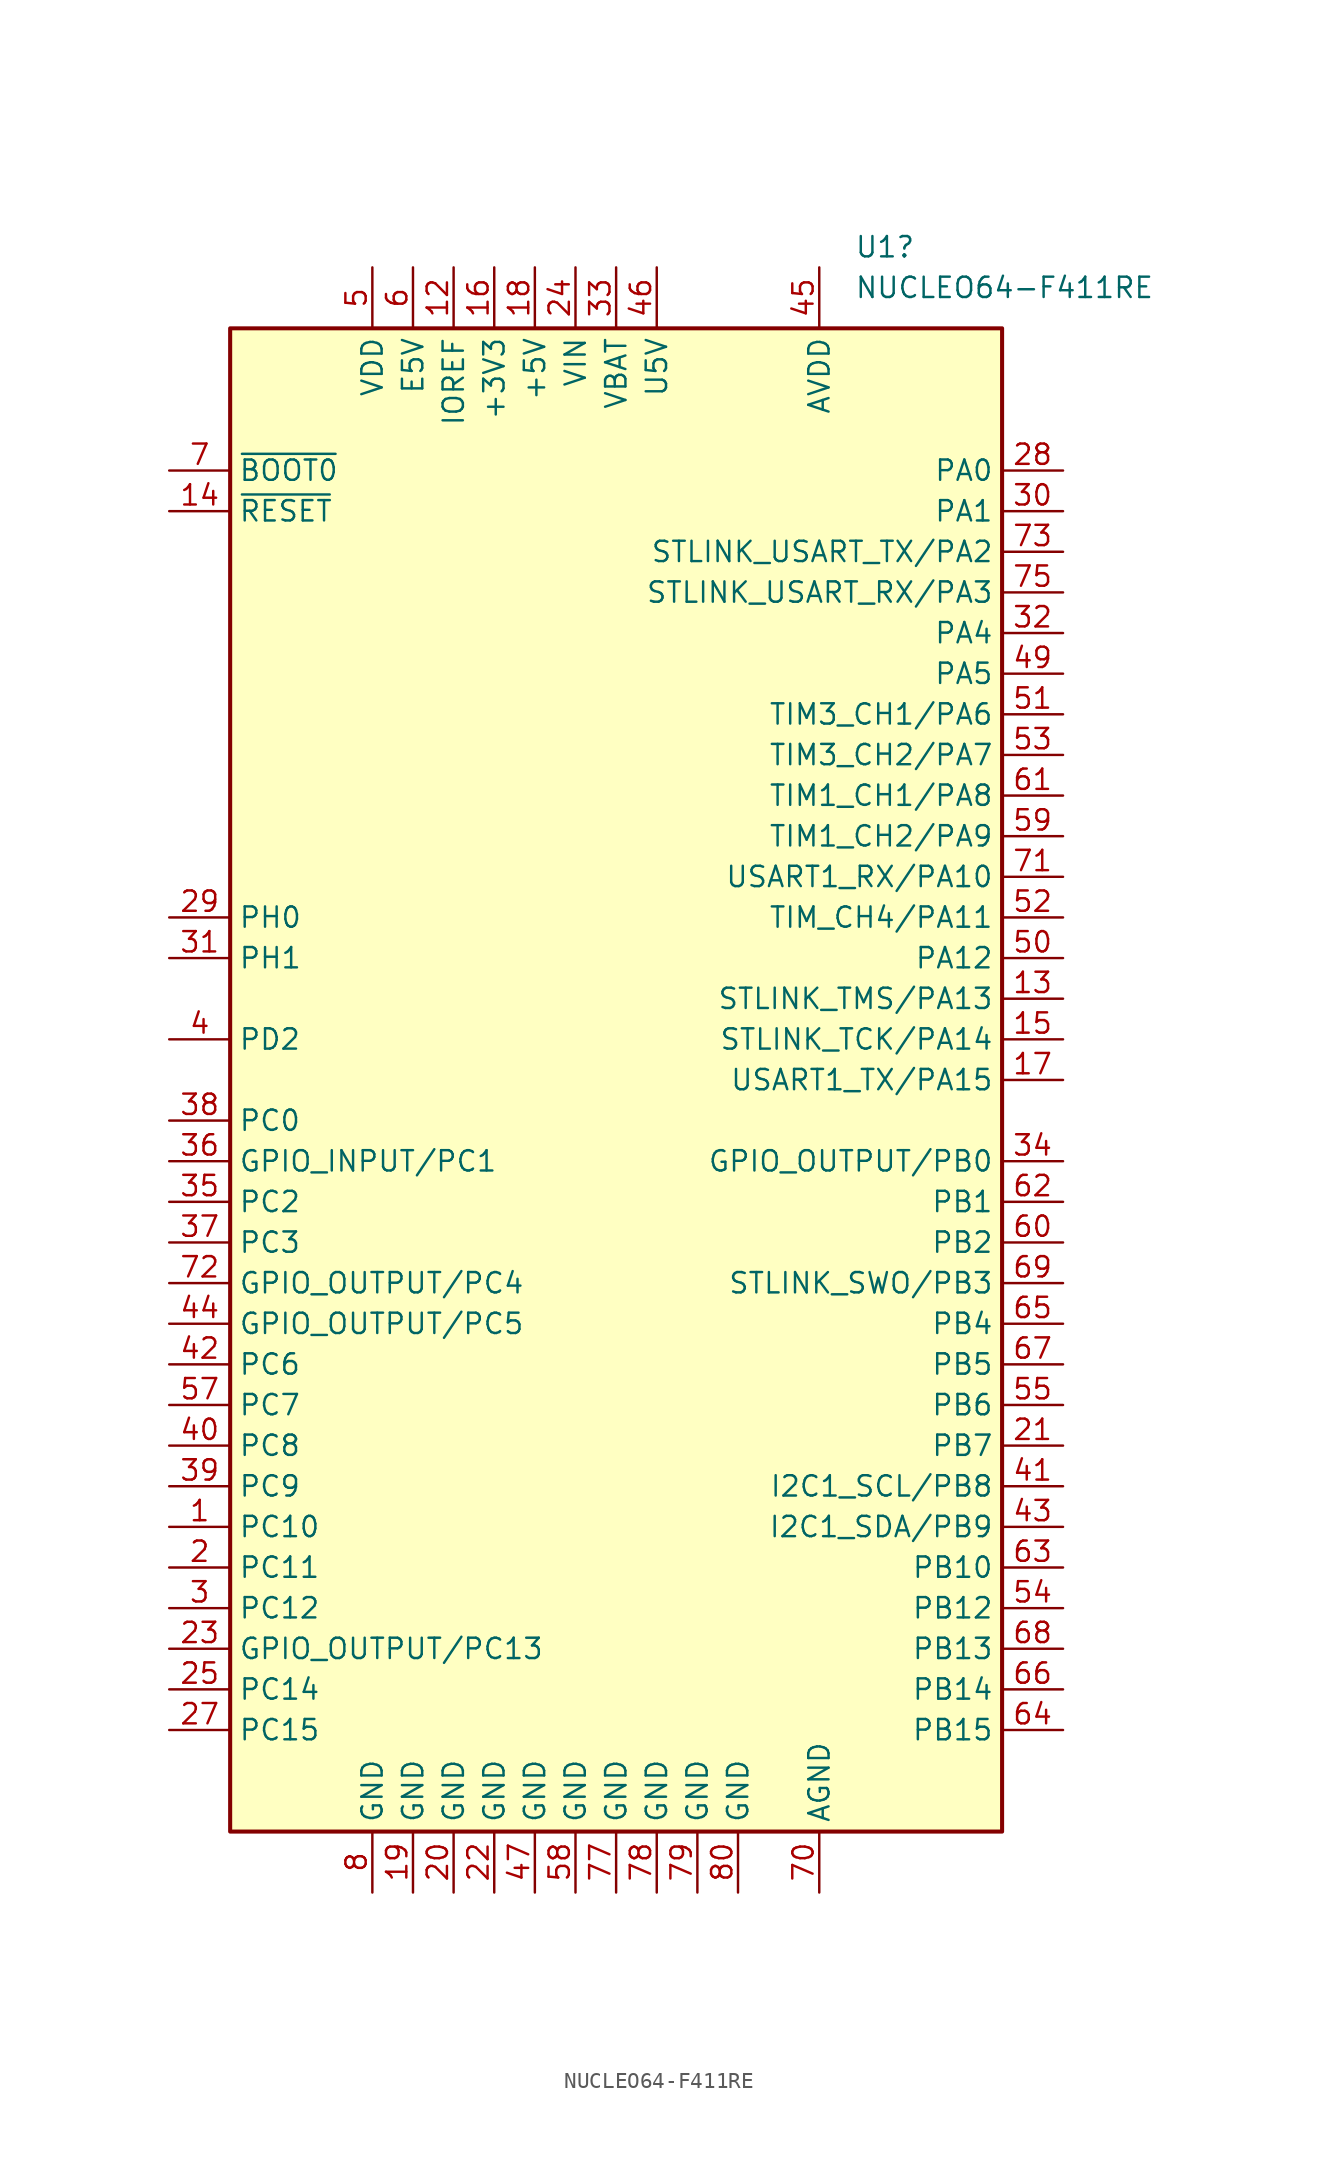
<source format=kicad_sym>
(kicad_symbol_lib
  (version 20231120)
  (generator "kicad_symbol_editor")
  (generator_version "8.0")
  (symbol "NUCLEO64-F411RE"
    (property "Reference" "U1"
      (at 14.894 52.07 0)
      (effects (font (size 1.27 1.27)) (justify left)))
    (property "Value" "NUCLEO64-F411RE"
      (at 14.894 49.53 0)
      (effects (font (size 1.27 1.27)) (justify left)))
    (symbol "NUCLEO64-F411RE_0_1"
      (rectangle (start -24.13 46.99) (end 24.13 -46.99) (stroke (width 0.254) (type default)) (fill (type background))))
    (symbol "NUCLEO64-F411RE_1_1"
      (pin bidirectional line (at -27.94 -27.94 0) (length 3.81) (name "PC10" (effects (font (size 1.27 1.27)))) (number "1" (effects (font (size 1.27 1.27)))))
      (pin no_connect line (at -24.13 20.32 0) (length 3.81) hide (name "NC" (effects (font (size 1.27 1.27)))) (number "10" (effects (font (size 1.27 1.27)))))
      (pin no_connect line (at -24.13 15.24 0) (length 3.81) hide (name "NC" (effects (font (size 1.27 1.27)))) (number "11" (effects (font (size 1.27 1.27)))))
      (pin power_in line (at -10.16 50.8 270) (length 3.81) (name "IOREF" (effects (font (size 1.27 1.27)))) (number "12" (effects (font (size 1.27 1.27)))))
      (pin bidirectional line (at 27.94 5.08 180) (length 3.81) (name "STLINK_TMS/PA13" (effects (font (size 1.27 1.27)))) (number "13" (effects (font (size 1.27 1.27)))))
      (pin input line (at -27.94 35.56 0) (length 3.81) (name "~{RESET}" (effects (font (size 1.27 1.27)))) (number "14" (effects (font (size 1.27 1.27)))))
      (pin bidirectional line (at 27.94 2.54 180) (length 3.81) (name "STLINK_TCK/PA14" (effects (font (size 1.27 1.27)))) (number "15" (effects (font (size 1.27 1.27)))))
      (pin power_in line (at -7.62 50.8 270) (length 3.81) (name "+3V3" (effects (font (size 1.27 1.27)))) (number "16" (effects (font (size 1.27 1.27)))))
      (pin bidirectional line (at 27.94 0 180) (length 3.81) (name "USART1_TX/PA15" (effects (font (size 1.27 1.27)))) (number "17" (effects (font (size 1.27 1.27)))))
      (pin power_in line (at -5.08 50.8 270) (length 3.81) (name "+5V" (effects (font (size 1.27 1.27)))) (number "18" (effects (font (size 1.27 1.27)))))
      (pin power_in line (at -12.7 -50.8 90) (length 3.81) (name "GND" (effects (font (size 1.27 1.27)))) (number "19" (effects (font (size 1.27 1.27)))))
      (pin bidirectional line (at -27.94 -30.48 0) (length 3.81) (name "PC11" (effects (font (size 1.27 1.27)))) (number "2" (effects (font (size 1.27 1.27)))))
      (pin power_in line (at -10.16 -50.8 90) (length 3.81) (name "GND" (effects (font (size 1.27 1.27)))) (number "20" (effects (font (size 1.27 1.27)))))
      (pin bidirectional line (at 27.94 -22.86 180) (length 3.81) (name "PB7" (effects (font (size 1.27 1.27)))) (number "21" (effects (font (size 1.27 1.27)))))
      (pin power_in line (at -7.62 -50.8 90) (length 3.81) (name "GND" (effects (font (size 1.27 1.27)))) (number "22" (effects (font (size 1.27 1.27)))))
      (pin bidirectional line (at -27.94 -35.56 0) (length 3.81) (name "GPIO_OUTPUT/PC13" (effects (font (size 1.27 1.27)))) (number "23" (effects (font (size 1.27 1.27)))))
      (pin power_in line (at -2.54 50.8 270) (length 3.81) (name "VIN" (effects (font (size 1.27 1.27)))) (number "24" (effects (font (size 1.27 1.27)))))
      (pin bidirectional line (at -27.94 -38.1 0) (length 3.81) (name "PC14" (effects (font (size 1.27 1.27)))) (number "25" (effects (font (size 1.27 1.27)))))
      (pin no_connect line (at -24.13 22.86 0) (length 3.81) hide (name "NC" (effects (font (size 1.27 1.27)))) (number "26" (effects (font (size 1.27 1.27)))))
      (pin bidirectional line (at -27.94 -40.64 0) (length 3.81) (name "PC15" (effects (font (size 1.27 1.27)))) (number "27" (effects (font (size 1.27 1.27)))))
      (pin bidirectional line (at 27.94 38.1 180) (length 3.81) (name "PA0" (effects (font (size 1.27 1.27)))) (number "28" (effects (font (size 1.27 1.27)))))
      (pin bidirectional line (at -27.94 10.16 0) (length 3.81) (name "PH0" (effects (font (size 1.27 1.27)))) (number "29" (effects (font (size 1.27 1.27)))))
      (pin bidirectional line (at -27.94 -33.02 0) (length 3.81) (name "PC12" (effects (font (size 1.27 1.27)))) (number "3" (effects (font (size 1.27 1.27)))))
      (pin bidirectional line (at 27.94 35.56 180) (length 3.81) (name "PA1" (effects (font (size 1.27 1.27)))) (number "30" (effects (font (size 1.27 1.27)))))
      (pin bidirectional line (at -27.94 7.62 0) (length 3.81) (name "PH1" (effects (font (size 1.27 1.27)))) (number "31" (effects (font (size 1.27 1.27)))))
      (pin bidirectional line (at 27.94 27.94 180) (length 3.81) (name "PA4" (effects (font (size 1.27 1.27)))) (number "32" (effects (font (size 1.27 1.27)))))
      (pin power_in line (at 0 50.8 270) (length 3.81) (name "VBAT" (effects (font (size 1.27 1.27)))) (number "33" (effects (font (size 1.27 1.27)))))
      (pin bidirectional line (at 27.94 -5.08 180) (length 3.81) (name "GPIO_OUTPUT/PB0" (effects (font (size 1.27 1.27)))) (number "34" (effects (font (size 1.27 1.27)))))
      (pin bidirectional line (at -27.94 -7.62 0) (length 3.81) (name "PC2" (effects (font (size 1.27 1.27)))) (number "35" (effects (font (size 1.27 1.27)))))
      (pin bidirectional line (at -27.94 -5.08 0) (length 3.81) (name "GPIO_INPUT/PC1" (effects (font (size 1.27 1.27)))) (number "36" (effects (font (size 1.27 1.27)))))
      (pin bidirectional line (at -27.94 -10.16 0) (length 3.81) (name "PC3" (effects (font (size 1.27 1.27)))) (number "37" (effects (font (size 1.27 1.27)))))
      (pin bidirectional line (at -27.94 -2.54 0) (length 3.81) (name "PC0" (effects (font (size 1.27 1.27)))) (number "38" (effects (font (size 1.27 1.27)))))
      (pin bidirectional line (at -27.94 -25.4 0) (length 3.81) (name "PC9" (effects (font (size 1.27 1.27)))) (number "39" (effects (font (size 1.27 1.27)))))
      (pin bidirectional line (at -27.94 2.54 0) (length 3.81) (name "PD2" (effects (font (size 1.27 1.27)))) (number "4" (effects (font (size 1.27 1.27)))))
      (pin bidirectional line (at -27.94 -22.86 0) (length 3.81) (name "PC8" (effects (font (size 1.27 1.27)))) (number "40" (effects (font (size 1.27 1.27)))))
      (pin bidirectional line (at 27.94 -25.4 180) (length 3.81) (name "I2C1_SCL/PB8" (effects (font (size 1.27 1.27)))) (number "41" (effects (font (size 1.27 1.27)))))
      (pin bidirectional line (at -27.94 -17.78 0) (length 3.81) (name "PC6" (effects (font (size 1.27 1.27)))) (number "42" (effects (font (size 1.27 1.27)))))
      (pin bidirectional line (at 27.94 -27.94 180) (length 3.81) (name "I2C1_SDA/PB9" (effects (font (size 1.27 1.27)))) (number "43" (effects (font (size 1.27 1.27)))))
      (pin bidirectional line (at -27.94 -15.24 0) (length 3.81) (name "GPIO_OUTPUT/PC5" (effects (font (size 1.27 1.27)))) (number "44" (effects (font (size 1.27 1.27)))))
      (pin power_in line (at 12.7 50.8 270) (length 3.81) (name "AVDD" (effects (font (size 1.27 1.27)))) (number "45" (effects (font (size 1.27 1.27)))))
      (pin power_in line (at 2.54 50.8 270) (length 3.81) (name "U5V" (effects (font (size 1.27 1.27)))) (number "46" (effects (font (size 1.27 1.27)))))
      (pin power_in line (at -5.08 -50.8 90) (length 3.81) (name "GND" (effects (font (size 1.27 1.27)))) (number "47" (effects (font (size 1.27 1.27)))))
      (pin no_connect line (at -24.13 25.4 0) (length 3.81) hide (name "NC" (effects (font (size 1.27 1.27)))) (number "48" (effects (font (size 1.27 1.27)))))
      (pin bidirectional line (at 27.94 25.4 180) (length 3.81) (name "PA5" (effects (font (size 1.27 1.27)))) (number "49" (effects (font (size 1.27 1.27)))))
      (pin power_in line (at -15.24 50.8 270) (length 3.81) (name "VDD" (effects (font (size 1.27 1.27)))) (number "5" (effects (font (size 1.27 1.27)))))
      (pin bidirectional line (at 27.94 7.62 180) (length 3.81) (name "PA12" (effects (font (size 1.27 1.27)))) (number "50" (effects (font (size 1.27 1.27)))))
      (pin bidirectional line (at 27.94 22.86 180) (length 3.81) (name "TIM3_CH1/PA6" (effects (font (size 1.27 1.27)))) (number "51" (effects (font (size 1.27 1.27)))))
      (pin bidirectional line (at 27.94 10.16 180) (length 3.81) (name "TIM_CH4/PA11" (effects (font (size 1.27 1.27)))) (number "52" (effects (font (size 1.27 1.27)))))
      (pin bidirectional line (at 27.94 20.32 180) (length 3.81) (name "TIM3_CH2/PA7" (effects (font (size 1.27 1.27)))) (number "53" (effects (font (size 1.27 1.27)))))
      (pin bidirectional line (at 27.94 -33.02 180) (length 3.81) (name "PB12" (effects (font (size 1.27 1.27)))) (number "54" (effects (font (size 1.27 1.27)))))
      (pin bidirectional line (at 27.94 -20.32 180) (length 3.81) (name "PB6" (effects (font (size 1.27 1.27)))) (number "55" (effects (font (size 1.27 1.27)))))
      (pin no_connect line (at -24.13 33.02 0) (length 3.81) hide (name "NC" (effects (font (size 1.27 1.27)))) (number "56" (effects (font (size 1.27 1.27)))))
      (pin bidirectional line (at -27.94 -20.32 0) (length 3.81) (name "PC7" (effects (font (size 1.27 1.27)))) (number "57" (effects (font (size 1.27 1.27)))))
      (pin power_in line (at -2.54 -50.8 90) (length 3.81) (name "GND" (effects (font (size 1.27 1.27)))) (number "58" (effects (font (size 1.27 1.27)))))
      (pin bidirectional line (at 27.94 15.24 180) (length 3.81) (name "TIM1_CH2/PA9" (effects (font (size 1.27 1.27)))) (number "59" (effects (font (size 1.27 1.27)))))
      (pin power_in line (at -12.7 50.8 270) (length 3.81) (name "E5V" (effects (font (size 1.27 1.27)))) (number "6" (effects (font (size 1.27 1.27)))))
      (pin bidirectional line (at 27.94 -10.16 180) (length 3.81) (name "PB2" (effects (font (size 1.27 1.27)))) (number "60" (effects (font (size 1.27 1.27)))))
      (pin bidirectional line (at 27.94 17.78 180) (length 3.81) (name "TIM1_CH1/PA8" (effects (font (size 1.27 1.27)))) (number "61" (effects (font (size 1.27 1.27)))))
      (pin bidirectional line (at 27.94 -7.62 180) (length 3.81) (name "PB1" (effects (font (size 1.27 1.27)))) (number "62" (effects (font (size 1.27 1.27)))))
      (pin bidirectional line (at 27.94 -30.48 180) (length 3.81) (name "PB10" (effects (font (size 1.27 1.27)))) (number "63" (effects (font (size 1.27 1.27)))))
      (pin bidirectional line (at 27.94 -40.64 180) (length 3.81) (name "PB15" (effects (font (size 1.27 1.27)))) (number "64" (effects (font (size 1.27 1.27)))))
      (pin bidirectional line (at 27.94 -15.24 180) (length 3.81) (name "PB4" (effects (font (size 1.27 1.27)))) (number "65" (effects (font (size 1.27 1.27)))))
      (pin bidirectional line (at 27.94 -38.1 180) (length 3.81) (name "PB14" (effects (font (size 1.27 1.27)))) (number "66" (effects (font (size 1.27 1.27)))))
      (pin bidirectional line (at 27.94 -17.78 180) (length 3.81) (name "PB5" (effects (font (size 1.27 1.27)))) (number "67" (effects (font (size 1.27 1.27)))))
      (pin bidirectional line (at 27.94 -35.56 180) (length 3.81) (name "PB13" (effects (font (size 1.27 1.27)))) (number "68" (effects (font (size 1.27 1.27)))))
      (pin bidirectional line (at 27.94 -12.7 180) (length 3.81) (name "STLINK_SWO/PB3" (effects (font (size 1.27 1.27)))) (number "69" (effects (font (size 1.27 1.27)))))
      (pin input line (at -27.94 38.1 0) (length 3.81) (name "~{BOOT0}" (effects (font (size 1.27 1.27)))) (number "7" (effects (font (size 1.27 1.27)))))
      (pin power_in line (at 12.7 -50.8 90) (length 3.81) (name "AGND" (effects (font (size 1.27 1.27)))) (number "70" (effects (font (size 1.27 1.27)))))
      (pin bidirectional line (at 27.94 12.7 180) (length 3.81) (name "USART1_RX/PA10" (effects (font (size 1.27 1.27)))) (number "71" (effects (font (size 1.27 1.27)))))
      (pin bidirectional line (at -27.94 -12.7 0) (length 3.81) (name "GPIO_OUTPUT/PC4" (effects (font (size 1.27 1.27)))) (number "72" (effects (font (size 1.27 1.27)))))
      (pin bidirectional line (at 27.94 33.02 180) (length 3.81) (name "STLINK_USART_TX/PA2" (effects (font (size 1.27 1.27)))) (number "73" (effects (font (size 1.27 1.27)))))
      (pin no_connect line (at -24.13 30.48 0) (length 3.81) hide (name "NC" (effects (font (size 1.27 1.27)))) (number "74" (effects (font (size 1.27 1.27)))))
      (pin bidirectional line (at 27.94 30.48 180) (length 3.81) (name "STLINK_USART_RX/PA3" (effects (font (size 1.27 1.27)))) (number "75" (effects (font (size 1.27 1.27)))))
      (pin no_connect line (at -24.13 27.94 0) (length 3.81) hide (name "NC" (effects (font (size 1.27 1.27)))) (number "76" (effects (font (size 1.27 1.27)))))
      (pin power_in line (at 0 -50.8 90) (length 3.81) (name "GND" (effects (font (size 1.27 1.27)))) (number "77" (effects (font (size 1.27 1.27)))))
      (pin power_in line (at 2.54 -50.8 90) (length 3.81) (name "GND" (effects (font (size 1.27 1.27)))) (number "78" (effects (font (size 1.27 1.27)))))
      (pin power_in line (at 5.08 -50.8 90) (length 3.81) (name "GND" (effects (font (size 1.27 1.27)))) (number "79" (effects (font (size 1.27 1.27)))))
      (pin power_in line (at -15.24 -50.8 90) (length 3.81) (name "GND" (effects (font (size 1.27 1.27)))) (number "8" (effects (font (size 1.27 1.27)))))
      (pin power_in line (at 7.62 -50.8 90) (length 3.81) (name "GND" (effects (font (size 1.27 1.27)))) (number "80" (effects (font (size 1.27 1.27)))))
      (pin no_connect line (at -24.13 17.78 0) (length 3.81) hide (name "NC" (effects (font (size 1.27 1.27)))) (number "9" (effects (font (size 1.27 1.27))))))))
</source>
